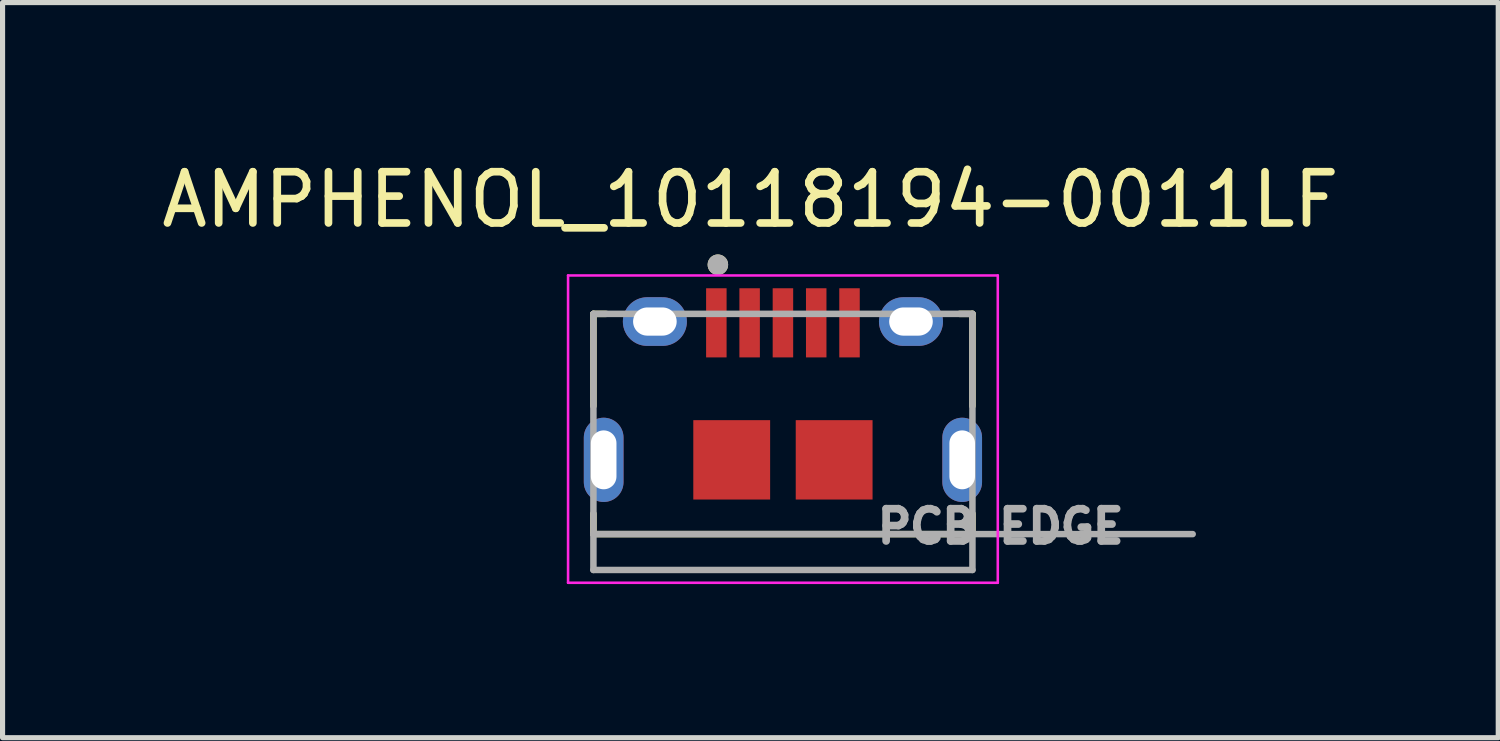
<source format=kicad_pcb>
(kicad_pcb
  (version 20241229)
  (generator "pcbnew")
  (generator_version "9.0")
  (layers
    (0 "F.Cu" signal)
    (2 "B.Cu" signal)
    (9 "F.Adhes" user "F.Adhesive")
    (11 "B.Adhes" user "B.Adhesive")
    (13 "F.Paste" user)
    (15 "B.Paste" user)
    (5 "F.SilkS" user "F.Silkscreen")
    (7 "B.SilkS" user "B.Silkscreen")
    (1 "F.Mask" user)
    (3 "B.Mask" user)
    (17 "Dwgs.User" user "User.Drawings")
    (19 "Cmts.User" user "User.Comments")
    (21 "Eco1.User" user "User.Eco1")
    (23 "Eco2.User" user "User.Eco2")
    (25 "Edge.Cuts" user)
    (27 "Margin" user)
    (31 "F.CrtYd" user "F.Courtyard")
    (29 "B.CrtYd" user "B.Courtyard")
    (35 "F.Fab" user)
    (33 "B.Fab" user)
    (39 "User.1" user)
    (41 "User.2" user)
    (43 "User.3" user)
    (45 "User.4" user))
  (footprint "AMPHENOL_10118194-0011LF"
    (layer "F.Cu")
    (at 12.236 5.928)
    (property "Reference" "AMPHENOL_10118194-0011LF" (at -0.635 -5.08 0) (layer "F.SilkS") (effects (font (size 1 1) (thickness 0.15))))
    (attr smd)
    (fp_poly (pts (xy -2.2 0.875) (xy -2.2 -0.875) (xy -3.5 -0.875) (xy -3.529 -0.874) (xy -3.557 -0.872) (xy -3.585 -0.868) (xy -3.613 -0.863) (xy -3.641 -0.856) (xy -3.668 -0.848) (xy -3.695 -0.839) (xy -3.722 -0.828) (xy -3.747 -0.816) (xy -3.772 -0.802) (xy -3.797 -0.787) (xy -3.82 -0.771) (xy -3.843 -0.754) (xy -3.865 -0.735) (xy -3.885 -0.715) (xy -3.905 -0.695) (xy -3.924 -0.673) (xy -3.941 -0.65) (xy -3.957 -0.627) (xy -3.972 -0.603) (xy -3.986 -0.577) (xy -3.998 -0.552) (xy -4.009 -0.525) (xy -4.018 -0.498) (xy -4.026 -0.471) (xy -4.033 -0.443) (xy -4.038 -0.415) (xy -4.042 -0.387) (xy -4.044 -0.359) (xy -4.045 -0.33) (xy -4.045 0.33) (xy -4.044 0.359) (xy -4.042 0.387) (xy -4.038 0.415) (xy -4.033 0.443) (xy -4.026 0.471) (xy -4.018 0.498) (xy -4.009 0.525) (xy -3.998 0.552) (xy -3.986 0.577) (xy -3.972 0.603) (xy -3.957 0.627) (xy -3.941 0.65) (xy -3.924 0.673) (xy -3.905 0.695) (xy -3.885 0.715) (xy -3.865 0.735) (xy -3.843 0.754) (xy -3.82 0.771) (xy -3.797 0.787) (xy -3.772 0.802) (xy -3.747 0.816) (xy -3.722 0.828) (xy -3.695 0.839) (xy -3.668 0.848) (xy -3.641 0.856) (xy -3.613 0.863) (xy -3.585 0.868) (xy -3.557 0.872) (xy -3.529 0.874) (xy -3.5 0.875) (xy -2.2 0.875)) (stroke (width 0.01) (type solid)) (fill yes) (layer "F.Mask"))
    (fp_poly (pts (xy 2.2 -0.875) (xy 2.2 0.875) (xy 3.5 0.875) (xy 3.529 0.874) (xy 3.557 0.872) (xy 3.585 0.868) (xy 3.613 0.863) (xy 3.641 0.856) (xy 3.668 0.848) (xy 3.695 0.839) (xy 3.722 0.828) (xy 3.747 0.816) (xy 3.772 0.802) (xy 3.797 0.787) (xy 3.82 0.771) (xy 3.843 0.754) (xy 3.865 0.735) (xy 3.885 0.715) (xy 3.905 0.695) (xy 3.924 0.673) (xy 3.941 0.65) (xy 3.957 0.627) (xy 3.972 0.603) (xy 3.986 0.577) (xy 3.998 0.552) (xy 4.009 0.525) (xy 4.018 0.498) (xy 4.026 0.471) (xy 4.033 0.443) (xy 4.038 0.415) (xy 4.042 0.387) (xy 4.044 0.359) (xy 4.045 0.33) (xy 4.045 -0.33) (xy 4.044 -0.359) (xy 4.042 -0.387) (xy 4.038 -0.415) (xy 4.033 -0.443) (xy 4.026 -0.471) (xy 4.018 -0.498) (xy 4.009 -0.525) (xy 3.998 -0.552) (xy 3.986 -0.577) (xy 3.972 -0.603) (xy 3.957 -0.627) (xy 3.941 -0.65) (xy 3.924 -0.673) (xy 3.905 -0.695) (xy 3.885 -0.715) (xy 3.865 -0.735) (xy 3.843 -0.754) (xy 3.82 -0.771) (xy 3.797 -0.787) (xy 3.772 -0.802) (xy 3.747 -0.816) (xy 3.722 -0.828) (xy 3.695 -0.839) (xy 3.668 -0.848) (xy 3.641 -0.856) (xy 3.613 -0.863) (xy 3.585 -0.868) (xy 3.557 -0.872) (xy 3.529 -0.874) (xy 3.5 -0.875) (xy 2.2 -0.875)) (stroke (width 0.01) (type solid)) (fill yes) (layer "F.Mask"))
    (fp_poly (pts (xy -2.2 0.875) (xy -2.2 -0.875) (xy -3.5 -0.875) (xy -3.529 -0.874) (xy -3.557 -0.872) (xy -3.585 -0.868) (xy -3.613 -0.863) (xy -3.641 -0.856) (xy -3.668 -0.848) (xy -3.695 -0.839) (xy -3.722 -0.828) (xy -3.747 -0.816) (xy -3.772 -0.802) (xy -3.797 -0.787) (xy -3.82 -0.771) (xy -3.843 -0.754) (xy -3.865 -0.735) (xy -3.885 -0.715) (xy -3.905 -0.695) (xy -3.924 -0.673) (xy -3.941 -0.65) (xy -3.957 -0.627) (xy -3.972 -0.603) (xy -3.986 -0.577) (xy -3.998 -0.552) (xy -4.009 -0.525) (xy -4.018 -0.498) (xy -4.026 -0.471) (xy -4.033 -0.443) (xy -4.038 -0.415) (xy -4.042 -0.387) (xy -4.044 -0.359) (xy -4.045 -0.33) (xy -4.045 0.33) (xy -4.044 0.359) (xy -4.042 0.387) (xy -4.038 0.415) (xy -4.033 0.443) (xy -4.026 0.471) (xy -4.018 0.498) (xy -4.009 0.525) (xy -3.998 0.552) (xy -3.986 0.577) (xy -3.972 0.603) (xy -3.957 0.627) (xy -3.941 0.65) (xy -3.924 0.673) (xy -3.905 0.695) (xy -3.885 0.715) (xy -3.865 0.735) (xy -3.843 0.754) (xy -3.82 0.771) (xy -3.797 0.787) (xy -3.772 0.802) (xy -3.747 0.816) (xy -3.722 0.828) (xy -3.695 0.839) (xy -3.668 0.848) (xy -3.641 0.856) (xy -3.613 0.863) (xy -3.585 0.868) (xy -3.557 0.872) (xy -3.529 0.874) (xy -3.5 0.875) (xy -2.2 0.875)) (stroke (width 0.01) (type solid)) (fill yes) (layer "B.Mask"))
    (fp_poly (pts (xy 2.2 -0.875) (xy 2.2 0.875) (xy 3.5 0.875) (xy 3.529 0.874) (xy 3.557 0.872) (xy 3.585 0.868) (xy 3.613 0.863) (xy 3.641 0.856) (xy 3.668 0.848) (xy 3.695 0.839) (xy 3.722 0.828) (xy 3.747 0.816) (xy 3.772 0.802) (xy 3.797 0.787) (xy 3.82 0.771) (xy 3.843 0.754) (xy 3.865 0.735) (xy 3.885 0.715) (xy 3.905 0.695) (xy 3.924 0.673) (xy 3.941 0.65) (xy 3.957 0.627) (xy 3.972 0.603) (xy 3.986 0.577) (xy 3.998 0.552) (xy 4.009 0.525) (xy 4.018 0.498) (xy 4.026 0.471) (xy 4.033 0.443) (xy 4.038 0.415) (xy 4.042 0.387) (xy 4.044 0.359) (xy 4.045 0.33) (xy 4.045 -0.33) (xy 4.044 -0.359) (xy 4.042 -0.387) (xy 4.038 -0.415) (xy 4.033 -0.443) (xy 4.026 -0.471) (xy 4.018 -0.498) (xy 4.009 -0.525) (xy 3.998 -0.552) (xy 3.986 -0.577) (xy 3.972 -0.603) (xy 3.957 -0.627) (xy 3.941 -0.65) (xy 3.924 -0.673) (xy 3.905 -0.695) (xy 3.885 -0.715) (xy 3.865 -0.735) (xy 3.843 -0.754) (xy 3.82 -0.771) (xy 3.797 -0.787) (xy 3.772 -0.802) (xy 3.747 -0.816) (xy 3.722 -0.828) (xy 3.695 -0.839) (xy 3.668 -0.848) (xy 3.641 -0.856) (xy 3.613 -0.863) (xy 3.585 -0.868) (xy 3.557 -0.872) (xy 3.529 -0.874) (xy 3.5 -0.875) (xy 2.2 -0.875)) (stroke (width 0.01) (type solid)) (fill yes) (layer "B.Mask"))
    (fp_line (start -3.7 -2.85) (end -3.7 -1.05) (stroke (width 0.127) (type solid)) (layer "F.SilkS"))
    (fp_line (start -3.7 -2.85) (end -3.45 -2.85) (stroke (width 0.127) (type solid)) (layer "F.SilkS"))
    (fp_line (start -3.7 1.05) (end -3.7 1.45) (stroke (width 0.127) (type solid)) (layer "F.SilkS"))
    (fp_line (start -3.7 1.45) (end 3.7 1.45) (stroke (width 0.127) (type solid)) (layer "F.SilkS"))
    (fp_line (start 3.45 -2.85) (end 3.7 -2.85) (stroke (width 0.127) (type solid)) (layer "F.SilkS"))
    (fp_line (start 3.7 -2.85) (end 3.7 -1.05) (stroke (width 0.127) (type solid)) (layer "F.SilkS"))
    (fp_line (start 3.7 1.45) (end 3.7 1.05) (stroke (width 0.127) (type solid)) (layer "F.SilkS"))
    (fp_circle (center -1.27 -3.81) (end -1.17 -3.81) (stroke (width 0.2) (type solid)) (fill no) (layer "F.SilkS"))
    (fp_line (start -4.195 -3.6) (end 4.195 -3.6) (stroke (width 0.05) (type solid)) (layer "F.CrtYd"))
    (fp_line (start -4.195 2.4) (end -4.195 -3.6) (stroke (width 0.05) (type solid)) (layer "F.CrtYd"))
    (fp_line (start 4.195 -3.6) (end 4.195 2.4) (stroke (width 0.05) (type solid)) (layer "F.CrtYd"))
    (fp_line (start 4.195 2.4) (end -4.195 2.4) (stroke (width 0.05) (type solid)) (layer "F.CrtYd"))
    (fp_line (start -3.7 -2.85) (end 3.7 -2.85) (stroke (width 0.127) (type solid)) (layer "F.Fab"))
    (fp_line (start -3.7 1.45) (end -3.7 -2.85) (stroke (width 0.127) (type solid)) (layer "F.Fab"))
    (fp_line (start -3.7 1.45) (end -3.7 2.15) (stroke (width 0.127) (type solid)) (layer "F.Fab"))
    (fp_line (start -3.7 2.15) (end 3.7 2.15) (stroke (width 0.127) (type solid)) (layer "F.Fab"))
    (fp_line (start 3.7 -2.85) (end 3.7 1.45) (stroke (width 0.127) (type solid)) (layer "F.Fab"))
    (fp_line (start 3.7 1.45) (end -3.7 1.45) (stroke (width 0.127) (type solid)) (layer "F.Fab"))
    (fp_line (start 3.7 1.45) (end 8 1.45) (stroke (width 0.127) (type solid)) (layer "F.Fab"))
    (fp_line (start 3.7 2.15) (end 3.7 1.45) (stroke (width 0.127) (type solid)) (layer "F.Fab"))
    (fp_circle (center -1.27 -3.81) (end -1.17 -3.81) (stroke (width 0.2) (type solid)) (fill no) (layer "F.Fab"))
    (fp_text user "PCB EDGE" (at 4.25 1.3 0) (layer "F.Fab") (effects (font (size 0.63 0.63) (thickness 0.15))))
    (pad "1" smd rect (at -1.3 -2.675) (size 0.4 1.35) (layers "F.Cu" "F.Mask" "F.Paste"))
    (pad "2" smd rect (at -0.65 -2.675) (size 0.4 1.35) (layers "F.Cu" "F.Mask" "F.Paste"))
    (pad "3" smd rect (at 0 -2.675) (size 0.4 1.35) (layers "F.Cu" "F.Mask" "F.Paste"))
    (pad "4" smd rect (at 0.65 -2.675) (size 0.4 1.35) (layers "F.Cu" "F.Mask" "F.Paste"))
    (pad "5" smd rect (at 1.3 -2.675) (size 0.4 1.35) (layers "F.Cu" "F.Mask" "F.Paste"))
    (pad "S1" thru_hole oval (at -2.5 -2.7) (size 1.25 0.95) (drill oval 0.851 0.55) (layers "*.Cu" "*.Mask"))
    (pad "S2" thru_hole oval (at -3.5 0) (size 0.775 1.645) (drill oval 0.5 1.15) (layers "*.Cu"))
    (pad "S3" smd rect (at -1 0) (size 1.5 1.55) (layers "F.Cu" "F.Mask" "F.Paste"))
    (pad "S4" smd rect (at 1 0) (size 1.5 1.55) (layers "F.Cu" "F.Mask" "F.Paste"))
    (pad "S5" thru_hole oval (at 3.5 0) (size 0.775 1.645) (drill oval 0.5 1.15) (layers "*.Cu"))
    (pad "S6" thru_hole oval (at 2.5 -2.7) (size 1.25 0.95) (drill oval 0.851 0.55) (layers "*.Cu" "*.Mask")))
  (gr_rect
    (start -3 -3)
    (end 26.202 11.353)
    (stroke (width 0.1) (type default))
    (fill no)
    (layer "Edge.Cuts")))
</source>
